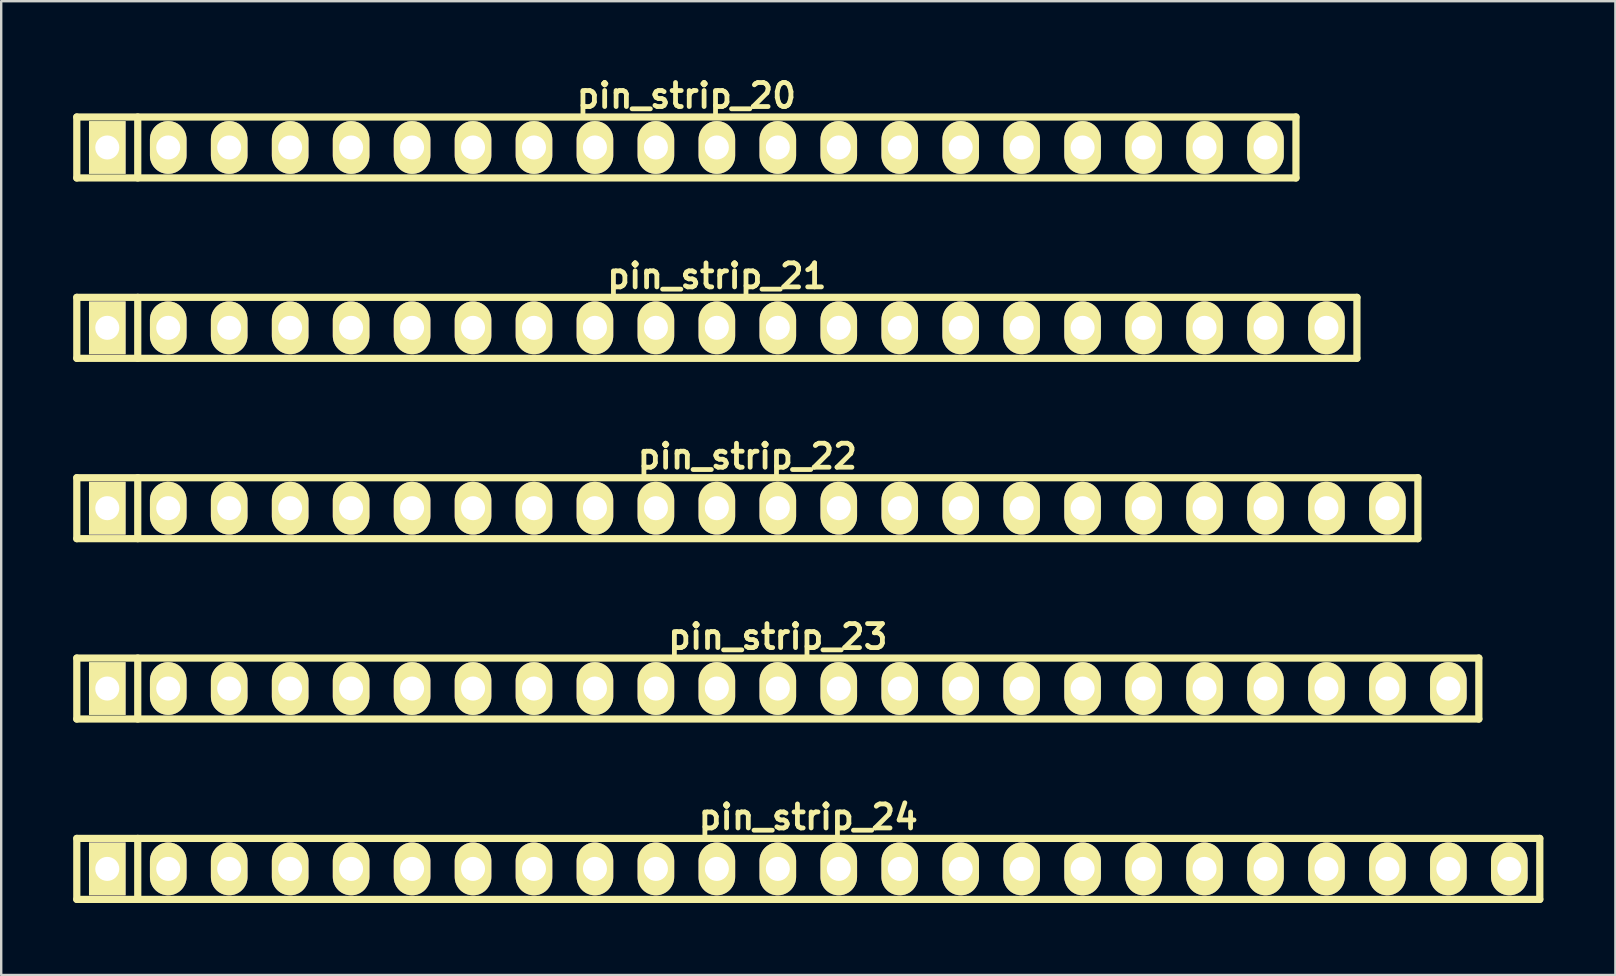
<source format=kicad_pcb>
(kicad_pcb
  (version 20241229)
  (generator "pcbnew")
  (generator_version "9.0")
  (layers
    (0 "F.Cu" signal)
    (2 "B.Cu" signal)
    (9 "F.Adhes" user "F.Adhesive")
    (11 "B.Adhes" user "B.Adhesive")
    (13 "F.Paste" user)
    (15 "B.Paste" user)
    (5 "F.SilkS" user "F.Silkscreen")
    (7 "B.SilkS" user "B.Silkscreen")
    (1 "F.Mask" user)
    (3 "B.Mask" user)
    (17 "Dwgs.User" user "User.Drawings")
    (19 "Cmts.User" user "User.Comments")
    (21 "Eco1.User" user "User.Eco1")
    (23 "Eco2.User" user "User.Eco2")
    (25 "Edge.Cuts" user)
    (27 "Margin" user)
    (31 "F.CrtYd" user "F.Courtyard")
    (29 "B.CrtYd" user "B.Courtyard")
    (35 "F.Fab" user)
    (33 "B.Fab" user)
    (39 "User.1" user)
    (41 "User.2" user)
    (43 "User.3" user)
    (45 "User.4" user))
  (footprint "pin_strip_23"
    (layer "F.Cu")
    (at 29.36 25.64)
    (property "Reference" "pin_strip_23" (at 0 -2.159 0) (layer "F.SilkS") (effects (font (size 1 1) (thickness 0.2))))
    (attr through_hole)
    (fp_line (start -29.21 -1.27) (end 29.21 -1.27) (stroke (width 0.3) (type solid)) (layer "F.SilkS"))
    (fp_line (start -29.21 1.27) (end -29.21 -1.27) (stroke (width 0.3) (type solid)) (layer "F.SilkS"))
    (fp_line (start -26.67 -1.27) (end -26.67 1.27) (stroke (width 0.3) (type solid)) (layer "F.SilkS"))
    (fp_line (start 29.21 -1.27) (end 29.21 1.27) (stroke (width 0.3) (type solid)) (layer "F.SilkS"))
    (fp_line (start 29.21 1.27) (end -29.21 1.27) (stroke (width 0.3) (type solid)) (layer "F.SilkS"))
    (pad "1" thru_hole rect (at -27.94 0) (size 1.524 2.2) (drill 1.001) (layers "*.Cu" "*.Mask" "F.SilkS"))
    (pad "2" thru_hole oval (at -25.4 0) (size 1.524 2.2) (drill 1.001) (layers "*.Cu" "*.Mask" "F.SilkS"))
    (pad "3" thru_hole oval (at -22.86 0) (size 1.524 2.2) (drill 1.001) (layers "*.Cu" "*.Mask" "F.SilkS"))
    (pad "4" thru_hole oval (at -20.32 0) (size 1.524 2.2) (drill 1.001) (layers "*.Cu" "*.Mask" "F.SilkS"))
    (pad "5" thru_hole oval (at -17.78 0) (size 1.524 2.2) (drill 1.001) (layers "*.Cu" "*.Mask" "F.SilkS"))
    (pad "6" thru_hole oval (at -15.24 0) (size 1.524 2.2) (drill 1.001) (layers "*.Cu" "*.Mask" "F.SilkS"))
    (pad "7" thru_hole oval (at -12.7 0) (size 1.524 2.2) (drill 1.001) (layers "*.Cu" "*.Mask" "F.SilkS"))
    (pad "8" thru_hole oval (at -10.16 0) (size 1.524 2.2) (drill 1.001) (layers "*.Cu" "*.Mask" "F.SilkS"))
    (pad "9" thru_hole oval (at -7.62 0) (size 1.524 2.2) (drill 1.001) (layers "*.Cu" "*.Mask" "F.SilkS"))
    (pad "10" thru_hole oval (at -5.08 0) (size 1.524 2.2) (drill 1.001) (layers "*.Cu" "*.Mask" "F.SilkS"))
    (pad "11" thru_hole oval (at -2.54 0) (size 1.524 2.2) (drill 1.001) (layers "*.Cu" "*.Mask" "F.SilkS"))
    (pad "12" thru_hole oval (at 0 0) (size 1.524 2.2) (drill 1.001) (layers "*.Cu" "*.Mask" "F.SilkS"))
    (pad "13" thru_hole oval (at 2.54 0) (size 1.524 2.2) (drill 1.001) (layers "*.Cu" "*.Mask" "F.SilkS"))
    (pad "14" thru_hole oval (at 5.08 0) (size 1.524 2.2) (drill 1.001) (layers "*.Cu" "*.Mask" "F.SilkS"))
    (pad "15" thru_hole oval (at 7.62 0) (size 1.524 2.2) (drill 1.001) (layers "*.Cu" "*.Mask" "F.SilkS"))
    (pad "16" thru_hole oval (at 10.16 0) (size 1.524 2.2) (drill 1.001) (layers "*.Cu" "*.Mask" "F.SilkS"))
    (pad "17" thru_hole oval (at 12.7 0) (size 1.524 2.2) (drill 1.001) (layers "*.Cu" "*.Mask" "F.SilkS"))
    (pad "18" thru_hole oval (at 15.24 0) (size 1.524 2.2) (drill 1.001) (layers "*.Cu" "*.Mask" "F.SilkS"))
    (pad "19" thru_hole oval (at 17.78 0) (size 1.524 2.2) (drill 1.001) (layers "*.Cu" "*.Mask" "F.SilkS"))
    (pad "20" thru_hole oval (at 20.32 0) (size 1.524 2.2) (drill 1.001) (layers "*.Cu" "*.Mask" "F.SilkS"))
    (pad "21" thru_hole oval (at 22.86 0) (size 1.524 2.2) (drill 1.001) (layers "*.Cu" "*.Mask" "F.SilkS"))
    (pad "22" thru_hole oval (at 25.4 0) (size 1.524 2.2) (drill 1.001) (layers "*.Cu" "*.Mask" "F.SilkS"))
    (pad "23" thru_hole oval (at 27.94 0) (size 1.524 2.2) (drill 1.001) (layers "*.Cu" "*.Mask" "F.SilkS")))
  (footprint "pin_strip_20"
    (layer "F.Cu")
    (at 25.55 3.095)
    (property "Reference" "pin_strip_20" (at 0 -2.159 0) (layer "F.SilkS") (effects (font (size 1 1) (thickness 0.2))))
    (attr through_hole)
    (fp_line (start -25.4 -1.27) (end 25.4 -1.27) (stroke (width 0.3) (type solid)) (layer "F.SilkS"))
    (fp_line (start -25.4 1.27) (end -25.4 -1.27) (stroke (width 0.3) (type solid)) (layer "F.SilkS"))
    (fp_line (start -22.86 -1.27) (end -22.86 1.27) (stroke (width 0.3) (type solid)) (layer "F.SilkS"))
    (fp_line (start 25.4 -1.27) (end 25.4 1.27) (stroke (width 0.3) (type solid)) (layer "F.SilkS"))
    (fp_line (start 25.4 1.27) (end -25.4 1.27) (stroke (width 0.3) (type solid)) (layer "F.SilkS"))
    (pad "1" thru_hole rect (at -24.13 0) (size 1.524 2.2) (drill 1.001) (layers "*.Cu" "*.Mask" "F.SilkS"))
    (pad "2" thru_hole oval (at -21.59 0) (size 1.524 2.2) (drill 1.001) (layers "*.Cu" "*.Mask" "F.SilkS"))
    (pad "3" thru_hole oval (at -19.05 0) (size 1.524 2.2) (drill 1.001) (layers "*.Cu" "*.Mask" "F.SilkS"))
    (pad "4" thru_hole oval (at -16.51 0) (size 1.524 2.2) (drill 1.001) (layers "*.Cu" "*.Mask" "F.SilkS"))
    (pad "5" thru_hole oval (at -13.97 0) (size 1.524 2.2) (drill 1.001) (layers "*.Cu" "*.Mask" "F.SilkS"))
    (pad "6" thru_hole oval (at -11.43 0) (size 1.524 2.2) (drill 1.001) (layers "*.Cu" "*.Mask" "F.SilkS"))
    (pad "7" thru_hole oval (at -8.89 0) (size 1.524 2.2) (drill 1.001) (layers "*.Cu" "*.Mask" "F.SilkS"))
    (pad "8" thru_hole oval (at -6.35 0) (size 1.524 2.2) (drill 1.001) (layers "*.Cu" "*.Mask" "F.SilkS"))
    (pad "9" thru_hole oval (at -3.81 0) (size 1.524 2.2) (drill 1.001) (layers "*.Cu" "*.Mask" "F.SilkS"))
    (pad "10" thru_hole oval (at -1.27 0) (size 1.524 2.2) (drill 1.001) (layers "*.Cu" "*.Mask" "F.SilkS"))
    (pad "11" thru_hole oval (at 1.27 0) (size 1.524 2.2) (drill 1.001) (layers "*.Cu" "*.Mask" "F.SilkS"))
    (pad "12" thru_hole oval (at 3.81 0) (size 1.524 2.2) (drill 1.001) (layers "*.Cu" "*.Mask" "F.SilkS"))
    (pad "13" thru_hole oval (at 6.35 0) (size 1.524 2.2) (drill 1.001) (layers "*.Cu" "*.Mask" "F.SilkS"))
    (pad "14" thru_hole oval (at 8.89 0) (size 1.524 2.2) (drill 1.001) (layers "*.Cu" "*.Mask" "F.SilkS"))
    (pad "15" thru_hole oval (at 11.43 0) (size 1.524 2.2) (drill 1.001) (layers "*.Cu" "*.Mask" "F.SilkS"))
    (pad "16" thru_hole oval (at 13.97 0) (size 1.524 2.2) (drill 1.001) (layers "*.Cu" "*.Mask" "F.SilkS"))
    (pad "17" thru_hole oval (at 16.51 0) (size 1.524 2.2) (drill 1.001) (layers "*.Cu" "*.Mask" "F.SilkS"))
    (pad "18" thru_hole oval (at 19.05 0) (size 1.524 2.2) (drill 1.001) (layers "*.Cu" "*.Mask" "F.SilkS"))
    (pad "19" thru_hole oval (at 21.59 0) (size 1.524 2.2) (drill 1.001) (layers "*.Cu" "*.Mask" "F.SilkS"))
    (pad "20" thru_hole oval (at 24.13 0) (size 1.524 2.2) (drill 1.001) (layers "*.Cu" "*.Mask" "F.SilkS")))
  (footprint "pin_strip_21"
    (layer "F.Cu")
    (at 26.82 10.61)
    (property "Reference" "pin_strip_21" (at 0 -2.159 0) (layer "F.SilkS") (effects (font (size 1 1) (thickness 0.2))))
    (attr through_hole)
    (fp_line (start -26.67 -1.27) (end 26.67 -1.27) (stroke (width 0.3) (type solid)) (layer "F.SilkS"))
    (fp_line (start -26.67 1.27) (end -26.67 -1.27) (stroke (width 0.3) (type solid)) (layer "F.SilkS"))
    (fp_line (start -24.13 -1.27) (end -24.13 1.27) (stroke (width 0.3) (type solid)) (layer "F.SilkS"))
    (fp_line (start 26.67 -1.27) (end 26.67 1.27) (stroke (width 0.3) (type solid)) (layer "F.SilkS"))
    (fp_line (start 26.67 1.27) (end -26.67 1.27) (stroke (width 0.3) (type solid)) (layer "F.SilkS"))
    (pad "1" thru_hole rect (at -25.4 0) (size 1.524 2.2) (drill 1.001) (layers "*.Cu" "*.Mask" "F.SilkS"))
    (pad "2" thru_hole oval (at -22.86 0) (size 1.524 2.2) (drill 1.001) (layers "*.Cu" "*.Mask" "F.SilkS"))
    (pad "3" thru_hole oval (at -20.32 0) (size 1.524 2.2) (drill 1.001) (layers "*.Cu" "*.Mask" "F.SilkS"))
    (pad "4" thru_hole oval (at -17.78 0) (size 1.524 2.2) (drill 1.001) (layers "*.Cu" "*.Mask" "F.SilkS"))
    (pad "5" thru_hole oval (at -15.24 0) (size 1.524 2.2) (drill 1.001) (layers "*.Cu" "*.Mask" "F.SilkS"))
    (pad "6" thru_hole oval (at -12.7 0) (size 1.524 2.2) (drill 1.001) (layers "*.Cu" "*.Mask" "F.SilkS"))
    (pad "7" thru_hole oval (at -10.16 0) (size 1.524 2.2) (drill 1.001) (layers "*.Cu" "*.Mask" "F.SilkS"))
    (pad "8" thru_hole oval (at -7.62 0) (size 1.524 2.2) (drill 1.001) (layers "*.Cu" "*.Mask" "F.SilkS"))
    (pad "9" thru_hole oval (at -5.08 0) (size 1.524 2.2) (drill 1.001) (layers "*.Cu" "*.Mask" "F.SilkS"))
    (pad "10" thru_hole oval (at -2.54 0) (size 1.524 2.2) (drill 1.001) (layers "*.Cu" "*.Mask" "F.SilkS"))
    (pad "11" thru_hole oval (at 0 0) (size 1.524 2.2) (drill 1.001) (layers "*.Cu" "*.Mask" "F.SilkS"))
    (pad "12" thru_hole oval (at 2.54 0) (size 1.524 2.2) (drill 1.001) (layers "*.Cu" "*.Mask" "F.SilkS"))
    (pad "13" thru_hole oval (at 5.08 0) (size 1.524 2.2) (drill 1.001) (layers "*.Cu" "*.Mask" "F.SilkS"))
    (pad "14" thru_hole oval (at 7.62 0) (size 1.524 2.2) (drill 1.001) (layers "*.Cu" "*.Mask" "F.SilkS"))
    (pad "15" thru_hole oval (at 10.16 0) (size 1.524 2.2) (drill 1.001) (layers "*.Cu" "*.Mask" "F.SilkS"))
    (pad "16" thru_hole oval (at 12.7 0) (size 1.524 2.2) (drill 1.001) (layers "*.Cu" "*.Mask" "F.SilkS"))
    (pad "17" thru_hole oval (at 15.24 0) (size 1.524 2.2) (drill 1.001) (layers "*.Cu" "*.Mask" "F.SilkS"))
    (pad "18" thru_hole oval (at 17.78 0) (size 1.524 2.2) (drill 1.001) (layers "*.Cu" "*.Mask" "F.SilkS"))
    (pad "19" thru_hole oval (at 20.32 0) (size 1.524 2.2) (drill 1.001) (layers "*.Cu" "*.Mask" "F.SilkS"))
    (pad "20" thru_hole oval (at 22.86 0) (size 1.524 2.2) (drill 1.001) (layers "*.Cu" "*.Mask" "F.SilkS"))
    (pad "21" thru_hole oval (at 25.4 0) (size 1.524 2.2) (drill 1.001) (layers "*.Cu" "*.Mask" "F.SilkS")))
  (footprint "pin_strip_22"
    (layer "F.Cu")
    (at 28.09 18.125)
    (property "Reference" "pin_strip_22" (at 0 -2.159 0) (layer "F.SilkS") (effects (font (size 1 1) (thickness 0.2))))
    (attr through_hole)
    (fp_line (start -27.94 -1.27) (end 27.94 -1.27) (stroke (width 0.3) (type solid)) (layer "F.SilkS"))
    (fp_line (start -27.94 1.27) (end -27.94 -1.27) (stroke (width 0.3) (type solid)) (layer "F.SilkS"))
    (fp_line (start -25.4 -1.27) (end -25.4 1.27) (stroke (width 0.3) (type solid)) (layer "F.SilkS"))
    (fp_line (start 27.94 -1.27) (end 27.94 1.27) (stroke (width 0.3) (type solid)) (layer "F.SilkS"))
    (fp_line (start 27.94 1.27) (end -27.94 1.27) (stroke (width 0.3) (type solid)) (layer "F.SilkS"))
    (pad "1" thru_hole rect (at -26.67 0) (size 1.524 2.2) (drill 1.001) (layers "*.Cu" "*.Mask" "F.SilkS"))
    (pad "2" thru_hole oval (at -24.13 0) (size 1.524 2.2) (drill 1.001) (layers "*.Cu" "*.Mask" "F.SilkS"))
    (pad "3" thru_hole oval (at -21.59 0) (size 1.524 2.2) (drill 1.001) (layers "*.Cu" "*.Mask" "F.SilkS"))
    (pad "4" thru_hole oval (at -19.05 0) (size 1.524 2.2) (drill 1.001) (layers "*.Cu" "*.Mask" "F.SilkS"))
    (pad "5" thru_hole oval (at -16.51 0) (size 1.524 2.2) (drill 1.001) (layers "*.Cu" "*.Mask" "F.SilkS"))
    (pad "6" thru_hole oval (at -13.97 0) (size 1.524 2.2) (drill 1.001) (layers "*.Cu" "*.Mask" "F.SilkS"))
    (pad "7" thru_hole oval (at -11.43 0) (size 1.524 2.2) (drill 1.001) (layers "*.Cu" "*.Mask" "F.SilkS"))
    (pad "8" thru_hole oval (at -8.89 0) (size 1.524 2.2) (drill 1.001) (layers "*.Cu" "*.Mask" "F.SilkS"))
    (pad "9" thru_hole oval (at -6.35 0) (size 1.524 2.2) (drill 1.001) (layers "*.Cu" "*.Mask" "F.SilkS"))
    (pad "10" thru_hole oval (at -3.81 0) (size 1.524 2.2) (drill 1.001) (layers "*.Cu" "*.Mask" "F.SilkS"))
    (pad "11" thru_hole oval (at -1.27 0) (size 1.524 2.2) (drill 1.001) (layers "*.Cu" "*.Mask" "F.SilkS"))
    (pad "12" thru_hole oval (at 1.27 0) (size 1.524 2.2) (drill 1.001) (layers "*.Cu" "*.Mask" "F.SilkS"))
    (pad "13" thru_hole oval (at 3.81 0) (size 1.524 2.2) (drill 1.001) (layers "*.Cu" "*.Mask" "F.SilkS"))
    (pad "14" thru_hole oval (at 6.35 0) (size 1.524 2.2) (drill 1.001) (layers "*.Cu" "*.Mask" "F.SilkS"))
    (pad "15" thru_hole oval (at 8.89 0) (size 1.524 2.2) (drill 1.001) (layers "*.Cu" "*.Mask" "F.SilkS"))
    (pad "16" thru_hole oval (at 11.43 0) (size 1.524 2.2) (drill 1.001) (layers "*.Cu" "*.Mask" "F.SilkS"))
    (pad "17" thru_hole oval (at 13.97 0) (size 1.524 2.2) (drill 1.001) (layers "*.Cu" "*.Mask" "F.SilkS"))
    (pad "18" thru_hole oval (at 16.51 0) (size 1.524 2.2) (drill 1.001) (layers "*.Cu" "*.Mask" "F.SilkS"))
    (pad "19" thru_hole oval (at 19.05 0) (size 1.524 2.2) (drill 1.001) (layers "*.Cu" "*.Mask" "F.SilkS"))
    (pad "20" thru_hole oval (at 21.59 0) (size 1.524 2.2) (drill 1.001) (layers "*.Cu" "*.Mask" "F.SilkS"))
    (pad "21" thru_hole oval (at 24.13 0) (size 1.524 2.2) (drill 1.001) (layers "*.Cu" "*.Mask" "F.SilkS"))
    (pad "22" thru_hole oval (at 26.67 0) (size 1.524 2.2) (drill 1.001) (layers "*.Cu" "*.Mask" "F.SilkS")))
  (footprint "pin_strip_24"
    (layer "F.Cu")
    (at 30.63 33.155)
    (property "Reference" "pin_strip_24" (at 0 -2.159 0) (layer "F.SilkS") (effects (font (size 1 1) (thickness 0.2))))
    (attr through_hole)
    (fp_line (start -30.48 -1.27) (end 30.48 -1.27) (stroke (width 0.3) (type solid)) (layer "F.SilkS"))
    (fp_line (start -30.48 1.27) (end -30.48 -1.27) (stroke (width 0.3) (type solid)) (layer "F.SilkS"))
    (fp_line (start -27.94 -1.27) (end -27.94 1.27) (stroke (width 0.3) (type solid)) (layer "F.SilkS"))
    (fp_line (start 30.48 -1.27) (end 30.48 1.27) (stroke (width 0.3) (type solid)) (layer "F.SilkS"))
    (fp_line (start 30.48 1.27) (end -30.48 1.27) (stroke (width 0.3) (type solid)) (layer "F.SilkS"))
    (pad "1" thru_hole rect (at -29.21 0) (size 1.524 2.2) (drill 1.001) (layers "*.Cu" "*.Mask" "F.SilkS"))
    (pad "2" thru_hole oval (at -26.67 0) (size 1.524 2.2) (drill 1.001) (layers "*.Cu" "*.Mask" "F.SilkS"))
    (pad "3" thru_hole oval (at -24.13 0) (size 1.524 2.2) (drill 1.001) (layers "*.Cu" "*.Mask" "F.SilkS"))
    (pad "4" thru_hole oval (at -21.59 0) (size 1.524 2.2) (drill 1.001) (layers "*.Cu" "*.Mask" "F.SilkS"))
    (pad "5" thru_hole oval (at -19.05 0) (size 1.524 2.2) (drill 1.001) (layers "*.Cu" "*.Mask" "F.SilkS"))
    (pad "6" thru_hole oval (at -16.51 0) (size 1.524 2.2) (drill 1.001) (layers "*.Cu" "*.Mask" "F.SilkS"))
    (pad "7" thru_hole oval (at -13.97 0) (size 1.524 2.2) (drill 1.001) (layers "*.Cu" "*.Mask" "F.SilkS"))
    (pad "8" thru_hole oval (at -11.43 0) (size 1.524 2.2) (drill 1.001) (layers "*.Cu" "*.Mask" "F.SilkS"))
    (pad "9" thru_hole oval (at -8.89 0) (size 1.524 2.2) (drill 1.001) (layers "*.Cu" "*.Mask" "F.SilkS"))
    (pad "10" thru_hole oval (at -6.35 0) (size 1.524 2.2) (drill 1.001) (layers "*.Cu" "*.Mask" "F.SilkS"))
    (pad "11" thru_hole oval (at -3.81 0) (size 1.524 2.2) (drill 1.001) (layers "*.Cu" "*.Mask" "F.SilkS"))
    (pad "12" thru_hole oval (at -1.27 0) (size 1.524 2.2) (drill 1.001) (layers "*.Cu" "*.Mask" "F.SilkS"))
    (pad "13" thru_hole oval (at 1.27 0) (size 1.524 2.2) (drill 1.001) (layers "*.Cu" "*.Mask" "F.SilkS"))
    (pad "14" thru_hole oval (at 3.81 0) (size 1.524 2.2) (drill 1.001) (layers "*.Cu" "*.Mask" "F.SilkS"))
    (pad "15" thru_hole oval (at 6.35 0) (size 1.524 2.2) (drill 1.001) (layers "*.Cu" "*.Mask" "F.SilkS"))
    (pad "16" thru_hole oval (at 8.89 0) (size 1.524 2.2) (drill 1.001) (layers "*.Cu" "*.Mask" "F.SilkS"))
    (pad "17" thru_hole oval (at 11.43 0) (size 1.524 2.2) (drill 1.001) (layers "*.Cu" "*.Mask" "F.SilkS"))
    (pad "18" thru_hole oval (at 13.97 0) (size 1.524 2.2) (drill 1.001) (layers "*.Cu" "*.Mask" "F.SilkS"))
    (pad "19" thru_hole oval (at 16.51 0) (size 1.524 2.2) (drill 1.001) (layers "*.Cu" "*.Mask" "F.SilkS"))
    (pad "20" thru_hole oval (at 19.05 0) (size 1.524 2.2) (drill 1.001) (layers "*.Cu" "*.Mask" "F.SilkS"))
    (pad "21" thru_hole oval (at 21.59 0) (size 1.524 2.2) (drill 1.001) (layers "*.Cu" "*.Mask" "F.SilkS"))
    (pad "22" thru_hole oval (at 24.13 0) (size 1.524 2.2) (drill 1.001) (layers "*.Cu" "*.Mask" "F.SilkS"))
    (pad "23" thru_hole oval (at 26.67 0) (size 1.524 2.2) (drill 1.001) (layers "*.Cu" "*.Mask" "F.SilkS"))
    (pad "24" thru_hole oval (at 29.21 0) (size 1.524 2.2) (drill 1.001) (layers "*.Cu" "*.Mask" "F.SilkS")))
  (gr_rect
    (start -3 -3)
    (end 64.26 37.575)
    (stroke (width 0.1) (type default))
    (fill no)
    (layer "Edge.Cuts")))
</source>
